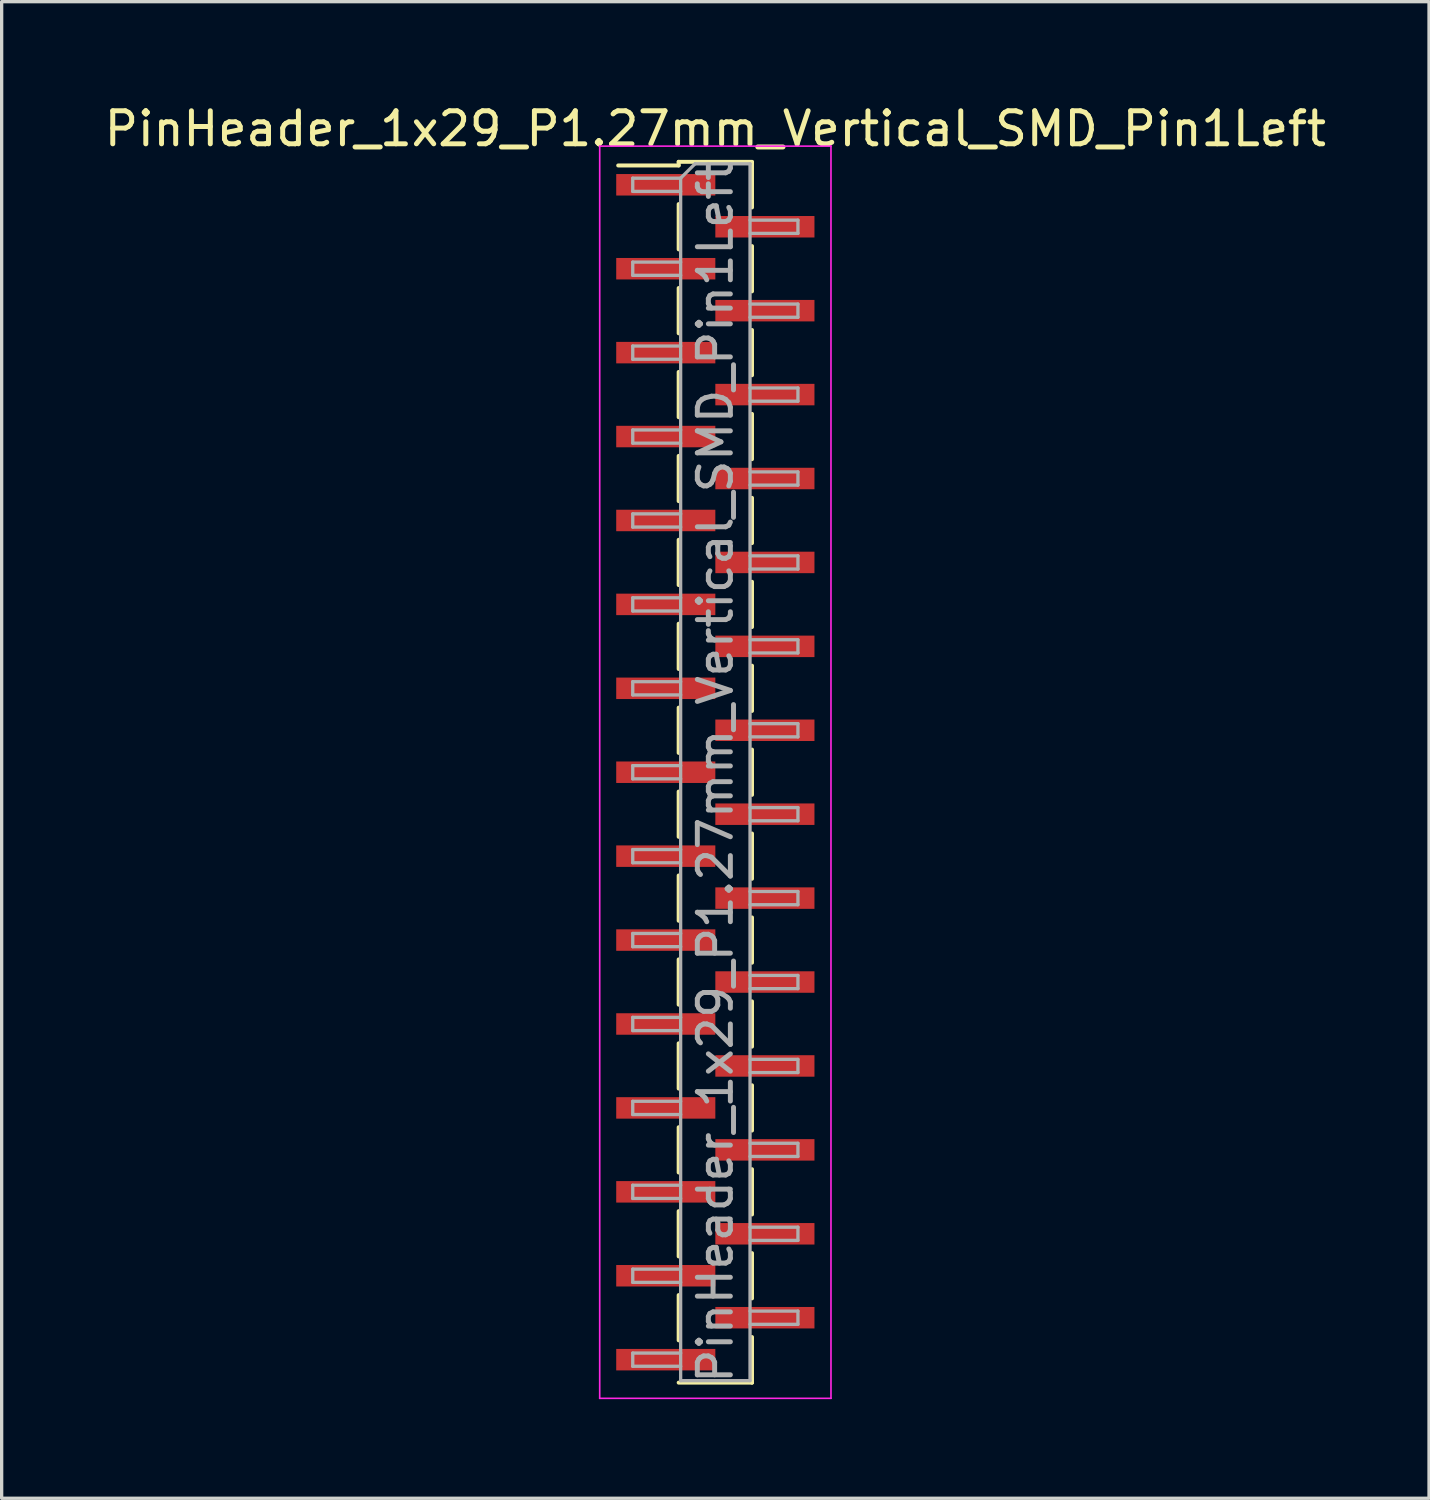
<source format=kicad_pcb>
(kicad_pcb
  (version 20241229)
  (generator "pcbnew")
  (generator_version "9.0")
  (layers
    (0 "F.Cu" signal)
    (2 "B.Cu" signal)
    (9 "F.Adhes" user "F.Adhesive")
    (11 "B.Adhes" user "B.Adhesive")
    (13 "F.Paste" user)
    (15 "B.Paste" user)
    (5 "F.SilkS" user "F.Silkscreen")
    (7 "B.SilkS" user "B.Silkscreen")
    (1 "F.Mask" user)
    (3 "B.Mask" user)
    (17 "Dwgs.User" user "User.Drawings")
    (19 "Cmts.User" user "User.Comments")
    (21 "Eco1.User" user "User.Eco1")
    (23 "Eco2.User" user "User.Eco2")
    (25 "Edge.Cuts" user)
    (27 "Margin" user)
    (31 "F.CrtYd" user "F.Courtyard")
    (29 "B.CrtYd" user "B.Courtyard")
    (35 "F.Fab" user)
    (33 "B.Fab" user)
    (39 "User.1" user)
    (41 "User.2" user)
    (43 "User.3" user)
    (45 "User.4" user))
  (footprint "PinHeader_1x29_P1.27mm_Vertical_SMD_Pin1Left"
    (layer "F.Cu")
    (at 18.601 20.323)
    (property "Reference" "PinHeader_1x29_P1.27mm_Vertical_SMD_Pin1Left" (at 0 -19.475 0) (layer "F.SilkS") (effects (font (size 1 1) (thickness 0.15))))
    (attr smd)
    (fp_line (start -1.11 -18.475) (end -1.11 -18.365) (stroke (width 0.12) (type solid)) (layer "F.SilkS"))
    (fp_line (start -1.11 -18.475) (end 1.11 -18.475) (stroke (width 0.12) (type solid)) (layer "F.SilkS"))
    (fp_line (start -1.11 -18.365) (end -2.94 -18.365) (stroke (width 0.12) (type solid)) (layer "F.SilkS"))
    (fp_line (start -1.11 -17.195) (end -1.11 -15.825) (stroke (width 0.12) (type solid)) (layer "F.SilkS"))
    (fp_line (start -1.11 -14.655) (end -1.11 -13.285) (stroke (width 0.12) (type solid)) (layer "F.SilkS"))
    (fp_line (start -1.11 -12.115) (end -1.11 -10.745) (stroke (width 0.12) (type solid)) (layer "F.SilkS"))
    (fp_line (start -1.11 -9.575) (end -1.11 -8.205) (stroke (width 0.12) (type solid)) (layer "F.SilkS"))
    (fp_line (start -1.11 -7.035) (end -1.11 -5.665) (stroke (width 0.12) (type solid)) (layer "F.SilkS"))
    (fp_line (start -1.11 -4.495) (end -1.11 -3.125) (stroke (width 0.12) (type solid)) (layer "F.SilkS"))
    (fp_line (start -1.11 -1.955) (end -1.11 -0.585) (stroke (width 0.12) (type solid)) (layer "F.SilkS"))
    (fp_line (start -1.11 0.585) (end -1.11 1.955) (stroke (width 0.12) (type solid)) (layer "F.SilkS"))
    (fp_line (start -1.11 3.125) (end -1.11 4.495) (stroke (width 0.12) (type solid)) (layer "F.SilkS"))
    (fp_line (start -1.11 5.665) (end -1.11 7.035) (stroke (width 0.12) (type solid)) (layer "F.SilkS"))
    (fp_line (start -1.11 8.205) (end -1.11 9.575) (stroke (width 0.12) (type solid)) (layer "F.SilkS"))
    (fp_line (start -1.11 10.745) (end -1.11 12.115) (stroke (width 0.12) (type solid)) (layer "F.SilkS"))
    (fp_line (start -1.11 13.285) (end -1.11 14.655) (stroke (width 0.12) (type solid)) (layer "F.SilkS"))
    (fp_line (start -1.11 15.825) (end -1.11 17.195) (stroke (width 0.12) (type solid)) (layer "F.SilkS"))
    (fp_line (start -1.11 18.475) (end 1.11 18.475) (stroke (width 0.12) (type solid)) (layer "F.SilkS"))
    (fp_line (start 1.11 -18.465) (end 1.11 -17.095) (stroke (width 0.12) (type solid)) (layer "F.SilkS"))
    (fp_line (start 1.11 -15.925) (end 1.11 -14.555) (stroke (width 0.12) (type solid)) (layer "F.SilkS"))
    (fp_line (start 1.11 -13.385) (end 1.11 -12.015) (stroke (width 0.12) (type solid)) (layer "F.SilkS"))
    (fp_line (start 1.11 -10.845) (end 1.11 -9.475) (stroke (width 0.12) (type solid)) (layer "F.SilkS"))
    (fp_line (start 1.11 -8.305) (end 1.11 -6.935) (stroke (width 0.12) (type solid)) (layer "F.SilkS"))
    (fp_line (start 1.11 -5.765) (end 1.11 -4.395) (stroke (width 0.12) (type solid)) (layer "F.SilkS"))
    (fp_line (start 1.11 -3.225) (end 1.11 -1.855) (stroke (width 0.12) (type solid)) (layer "F.SilkS"))
    (fp_line (start 1.11 -0.685) (end 1.11 0.685) (stroke (width 0.12) (type solid)) (layer "F.SilkS"))
    (fp_line (start 1.11 1.855) (end 1.11 3.225) (stroke (width 0.12) (type solid)) (layer "F.SilkS"))
    (fp_line (start 1.11 4.395) (end 1.11 5.765) (stroke (width 0.12) (type solid)) (layer "F.SilkS"))
    (fp_line (start 1.11 6.935) (end 1.11 8.305) (stroke (width 0.12) (type solid)) (layer "F.SilkS"))
    (fp_line (start 1.11 9.475) (end 1.11 10.845) (stroke (width 0.12) (type solid)) (layer "F.SilkS"))
    (fp_line (start 1.11 12.015) (end 1.11 13.385) (stroke (width 0.12) (type solid)) (layer "F.SilkS"))
    (fp_line (start 1.11 14.555) (end 1.11 15.925) (stroke (width 0.12) (type solid)) (layer "F.SilkS"))
    (fp_line (start 1.11 17.095) (end 1.11 18.465) (stroke (width 0.12) (type solid)) (layer "F.SilkS"))
    (fp_line (start 1.11 18.365) (end 1.11 18.475) (stroke (width 0.12) (type solid)) (layer "F.SilkS"))
    (fp_line (start -3.5 -18.95) (end -3.5 18.95) (stroke (width 0.05) (type solid)) (layer "F.CrtYd"))
    (fp_line (start -3.5 18.95) (end 3.5 18.95) (stroke (width 0.05) (type solid)) (layer "F.CrtYd"))
    (fp_line (start 3.5 -18.95) (end -3.5 -18.95) (stroke (width 0.05) (type solid)) (layer "F.CrtYd"))
    (fp_line (start 3.5 18.95) (end 3.5 -18.95) (stroke (width 0.05) (type solid)) (layer "F.CrtYd"))
    (fp_line (start -2.5 -17.98) (end -2.5 -17.58) (stroke (width 0.1) (type solid)) (layer "F.Fab"))
    (fp_line (start -2.5 -17.58) (end -1.05 -17.58) (stroke (width 0.1) (type solid)) (layer "F.Fab"))
    (fp_line (start -2.5 -15.44) (end -2.5 -15.04) (stroke (width 0.1) (type solid)) (layer "F.Fab"))
    (fp_line (start -2.5 -15.04) (end -1.05 -15.04) (stroke (width 0.1) (type solid)) (layer "F.Fab"))
    (fp_line (start -2.5 -12.9) (end -2.5 -12.5) (stroke (width 0.1) (type solid)) (layer "F.Fab"))
    (fp_line (start -2.5 -12.5) (end -1.05 -12.5) (stroke (width 0.1) (type solid)) (layer "F.Fab"))
    (fp_line (start -2.5 -10.36) (end -2.5 -9.96) (stroke (width 0.1) (type solid)) (layer "F.Fab"))
    (fp_line (start -2.5 -9.96) (end -1.05 -9.96) (stroke (width 0.1) (type solid)) (layer "F.Fab"))
    (fp_line (start -2.5 -7.82) (end -2.5 -7.42) (stroke (width 0.1) (type solid)) (layer "F.Fab"))
    (fp_line (start -2.5 -7.42) (end -1.05 -7.42) (stroke (width 0.1) (type solid)) (layer "F.Fab"))
    (fp_line (start -2.5 -5.28) (end -2.5 -4.88) (stroke (width 0.1) (type solid)) (layer "F.Fab"))
    (fp_line (start -2.5 -4.88) (end -1.05 -4.88) (stroke (width 0.1) (type solid)) (layer "F.Fab"))
    (fp_line (start -2.5 -2.74) (end -2.5 -2.34) (stroke (width 0.1) (type solid)) (layer "F.Fab"))
    (fp_line (start -2.5 -2.34) (end -1.05 -2.34) (stroke (width 0.1) (type solid)) (layer "F.Fab"))
    (fp_line (start -2.5 -0.2) (end -2.5 0.2) (stroke (width 0.1) (type solid)) (layer "F.Fab"))
    (fp_line (start -2.5 0.2) (end -1.05 0.2) (stroke (width 0.1) (type solid)) (layer "F.Fab"))
    (fp_line (start -2.5 2.34) (end -2.5 2.74) (stroke (width 0.1) (type solid)) (layer "F.Fab"))
    (fp_line (start -2.5 2.74) (end -1.05 2.74) (stroke (width 0.1) (type solid)) (layer "F.Fab"))
    (fp_line (start -2.5 4.88) (end -2.5 5.28) (stroke (width 0.1) (type solid)) (layer "F.Fab"))
    (fp_line (start -2.5 5.28) (end -1.05 5.28) (stroke (width 0.1) (type solid)) (layer "F.Fab"))
    (fp_line (start -2.5 7.42) (end -2.5 7.82) (stroke (width 0.1) (type solid)) (layer "F.Fab"))
    (fp_line (start -2.5 7.82) (end -1.05 7.82) (stroke (width 0.1) (type solid)) (layer "F.Fab"))
    (fp_line (start -2.5 9.96) (end -2.5 10.36) (stroke (width 0.1) (type solid)) (layer "F.Fab"))
    (fp_line (start -2.5 10.36) (end -1.05 10.36) (stroke (width 0.1) (type solid)) (layer "F.Fab"))
    (fp_line (start -2.5 12.5) (end -2.5 12.9) (stroke (width 0.1) (type solid)) (layer "F.Fab"))
    (fp_line (start -2.5 12.9) (end -1.05 12.9) (stroke (width 0.1) (type solid)) (layer "F.Fab"))
    (fp_line (start -2.5 15.04) (end -2.5 15.44) (stroke (width 0.1) (type solid)) (layer "F.Fab"))
    (fp_line (start -2.5 15.44) (end -1.05 15.44) (stroke (width 0.1) (type solid)) (layer "F.Fab"))
    (fp_line (start -2.5 17.58) (end -2.5 17.98) (stroke (width 0.1) (type solid)) (layer "F.Fab"))
    (fp_line (start -2.5 17.98) (end -1.05 17.98) (stroke (width 0.1) (type solid)) (layer "F.Fab"))
    (fp_line (start -1.05 -17.98) (end -2.5 -17.98) (stroke (width 0.1) (type solid)) (layer "F.Fab"))
    (fp_line (start -1.05 -17.98) (end -0.615 -18.415) (stroke (width 0.1) (type solid)) (layer "F.Fab"))
    (fp_line (start -1.05 -15.44) (end -2.5 -15.44) (stroke (width 0.1) (type solid)) (layer "F.Fab"))
    (fp_line (start -1.05 -12.9) (end -2.5 -12.9) (stroke (width 0.1) (type solid)) (layer "F.Fab"))
    (fp_line (start -1.05 -10.36) (end -2.5 -10.36) (stroke (width 0.1) (type solid)) (layer "F.Fab"))
    (fp_line (start -1.05 -7.82) (end -2.5 -7.82) (stroke (width 0.1) (type solid)) (layer "F.Fab"))
    (fp_line (start -1.05 -5.28) (end -2.5 -5.28) (stroke (width 0.1) (type solid)) (layer "F.Fab"))
    (fp_line (start -1.05 -2.74) (end -2.5 -2.74) (stroke (width 0.1) (type solid)) (layer "F.Fab"))
    (fp_line (start -1.05 -0.2) (end -2.5 -0.2) (stroke (width 0.1) (type solid)) (layer "F.Fab"))
    (fp_line (start -1.05 2.34) (end -2.5 2.34) (stroke (width 0.1) (type solid)) (layer "F.Fab"))
    (fp_line (start -1.05 4.88) (end -2.5 4.88) (stroke (width 0.1) (type solid)) (layer "F.Fab"))
    (fp_line (start -1.05 7.42) (end -2.5 7.42) (stroke (width 0.1) (type solid)) (layer "F.Fab"))
    (fp_line (start -1.05 9.96) (end -2.5 9.96) (stroke (width 0.1) (type solid)) (layer "F.Fab"))
    (fp_line (start -1.05 12.5) (end -2.5 12.5) (stroke (width 0.1) (type solid)) (layer "F.Fab"))
    (fp_line (start -1.05 15.04) (end -2.5 15.04) (stroke (width 0.1) (type solid)) (layer "F.Fab"))
    (fp_line (start -1.05 17.58) (end -2.5 17.58) (stroke (width 0.1) (type solid)) (layer "F.Fab"))
    (fp_line (start -1.05 18.415) (end -1.05 -17.98) (stroke (width 0.1) (type solid)) (layer "F.Fab"))
    (fp_line (start -0.615 -18.415) (end 1.05 -18.415) (stroke (width 0.1) (type solid)) (layer "F.Fab"))
    (fp_line (start 1.05 -18.415) (end 1.05 18.415) (stroke (width 0.1) (type solid)) (layer "F.Fab"))
    (fp_line (start 1.05 -16.71) (end 2.5 -16.71) (stroke (width 0.1) (type solid)) (layer "F.Fab"))
    (fp_line (start 1.05 -14.17) (end 2.5 -14.17) (stroke (width 0.1) (type solid)) (layer "F.Fab"))
    (fp_line (start 1.05 -11.63) (end 2.5 -11.63) (stroke (width 0.1) (type solid)) (layer "F.Fab"))
    (fp_line (start 1.05 -9.09) (end 2.5 -9.09) (stroke (width 0.1) (type solid)) (layer "F.Fab"))
    (fp_line (start 1.05 -6.55) (end 2.5 -6.55) (stroke (width 0.1) (type solid)) (layer "F.Fab"))
    (fp_line (start 1.05 -4.01) (end 2.5 -4.01) (stroke (width 0.1) (type solid)) (layer "F.Fab"))
    (fp_line (start 1.05 -1.47) (end 2.5 -1.47) (stroke (width 0.1) (type solid)) (layer "F.Fab"))
    (fp_line (start 1.05 1.07) (end 2.5 1.07) (stroke (width 0.1) (type solid)) (layer "F.Fab"))
    (fp_line (start 1.05 3.61) (end 2.5 3.61) (stroke (width 0.1) (type solid)) (layer "F.Fab"))
    (fp_line (start 1.05 6.15) (end 2.5 6.15) (stroke (width 0.1) (type solid)) (layer "F.Fab"))
    (fp_line (start 1.05 8.69) (end 2.5 8.69) (stroke (width 0.1) (type solid)) (layer "F.Fab"))
    (fp_line (start 1.05 11.23) (end 2.5 11.23) (stroke (width 0.1) (type solid)) (layer "F.Fab"))
    (fp_line (start 1.05 13.77) (end 2.5 13.77) (stroke (width 0.1) (type solid)) (layer "F.Fab"))
    (fp_line (start 1.05 16.31) (end 2.5 16.31) (stroke (width 0.1) (type solid)) (layer "F.Fab"))
    (fp_line (start 1.05 18.415) (end -1.05 18.415) (stroke (width 0.1) (type solid)) (layer "F.Fab"))
    (fp_line (start 2.5 -16.71) (end 2.5 -16.31) (stroke (width 0.1) (type solid)) (layer "F.Fab"))
    (fp_line (start 2.5 -16.31) (end 1.05 -16.31) (stroke (width 0.1) (type solid)) (layer "F.Fab"))
    (fp_line (start 2.5 -14.17) (end 2.5 -13.77) (stroke (width 0.1) (type solid)) (layer "F.Fab"))
    (fp_line (start 2.5 -13.77) (end 1.05 -13.77) (stroke (width 0.1) (type solid)) (layer "F.Fab"))
    (fp_line (start 2.5 -11.63) (end 2.5 -11.23) (stroke (width 0.1) (type solid)) (layer "F.Fab"))
    (fp_line (start 2.5 -11.23) (end 1.05 -11.23) (stroke (width 0.1) (type solid)) (layer "F.Fab"))
    (fp_line (start 2.5 -9.09) (end 2.5 -8.69) (stroke (width 0.1) (type solid)) (layer "F.Fab"))
    (fp_line (start 2.5 -8.69) (end 1.05 -8.69) (stroke (width 0.1) (type solid)) (layer "F.Fab"))
    (fp_line (start 2.5 -6.55) (end 2.5 -6.15) (stroke (width 0.1) (type solid)) (layer "F.Fab"))
    (fp_line (start 2.5 -6.15) (end 1.05 -6.15) (stroke (width 0.1) (type solid)) (layer "F.Fab"))
    (fp_line (start 2.5 -4.01) (end 2.5 -3.61) (stroke (width 0.1) (type solid)) (layer "F.Fab"))
    (fp_line (start 2.5 -3.61) (end 1.05 -3.61) (stroke (width 0.1) (type solid)) (layer "F.Fab"))
    (fp_line (start 2.5 -1.47) (end 2.5 -1.07) (stroke (width 0.1) (type solid)) (layer "F.Fab"))
    (fp_line (start 2.5 -1.07) (end 1.05 -1.07) (stroke (width 0.1) (type solid)) (layer "F.Fab"))
    (fp_line (start 2.5 1.07) (end 2.5 1.47) (stroke (width 0.1) (type solid)) (layer "F.Fab"))
    (fp_line (start 2.5 1.47) (end 1.05 1.47) (stroke (width 0.1) (type solid)) (layer "F.Fab"))
    (fp_line (start 2.5 3.61) (end 2.5 4.01) (stroke (width 0.1) (type solid)) (layer "F.Fab"))
    (fp_line (start 2.5 4.01) (end 1.05 4.01) (stroke (width 0.1) (type solid)) (layer "F.Fab"))
    (fp_line (start 2.5 6.15) (end 2.5 6.55) (stroke (width 0.1) (type solid)) (layer "F.Fab"))
    (fp_line (start 2.5 6.55) (end 1.05 6.55) (stroke (width 0.1) (type solid)) (layer "F.Fab"))
    (fp_line (start 2.5 8.69) (end 2.5 9.09) (stroke (width 0.1) (type solid)) (layer "F.Fab"))
    (fp_line (start 2.5 9.09) (end 1.05 9.09) (stroke (width 0.1) (type solid)) (layer "F.Fab"))
    (fp_line (start 2.5 11.23) (end 2.5 11.63) (stroke (width 0.1) (type solid)) (layer "F.Fab"))
    (fp_line (start 2.5 11.63) (end 1.05 11.63) (stroke (width 0.1) (type solid)) (layer "F.Fab"))
    (fp_line (start 2.5 13.77) (end 2.5 14.17) (stroke (width 0.1) (type solid)) (layer "F.Fab"))
    (fp_line (start 2.5 14.17) (end 1.05 14.17) (stroke (width 0.1) (type solid)) (layer "F.Fab"))
    (fp_line (start 2.5 16.31) (end 2.5 16.71) (stroke (width 0.1) (type solid)) (layer "F.Fab"))
    (fp_line (start 2.5 16.71) (end 1.05 16.71) (stroke (width 0.1) (type solid)) (layer "F.Fab"))
    (fp_text user "${REFERENCE}" (at 0 0 90) (layer "F.Fab") (effects (font (size 1 1) (thickness 0.15))))
    (pad "1" smd rect (at -1.5 -17.78) (size 3 0.65) (layers "F.Cu" "F.Mask" "F.Paste"))
    (pad "2" smd rect (at 1.5 -16.51) (size 3 0.65) (layers "F.Cu" "F.Mask" "F.Paste"))
    (pad "3" smd rect (at -1.5 -15.24) (size 3 0.65) (layers "F.Cu" "F.Mask" "F.Paste"))
    (pad "4" smd rect (at 1.5 -13.97) (size 3 0.65) (layers "F.Cu" "F.Mask" "F.Paste"))
    (pad "5" smd rect (at -1.5 -12.7) (size 3 0.65) (layers "F.Cu" "F.Mask" "F.Paste"))
    (pad "6" smd rect (at 1.5 -11.43) (size 3 0.65) (layers "F.Cu" "F.Mask" "F.Paste"))
    (pad "7" smd rect (at -1.5 -10.16) (size 3 0.65) (layers "F.Cu" "F.Mask" "F.Paste"))
    (pad "8" smd rect (at 1.5 -8.89) (size 3 0.65) (layers "F.Cu" "F.Mask" "F.Paste"))
    (pad "9" smd rect (at -1.5 -7.62) (size 3 0.65) (layers "F.Cu" "F.Mask" "F.Paste"))
    (pad "10" smd rect (at 1.5 -6.35) (size 3 0.65) (layers "F.Cu" "F.Mask" "F.Paste"))
    (pad "11" smd rect (at -1.5 -5.08) (size 3 0.65) (layers "F.Cu" "F.Mask" "F.Paste"))
    (pad "12" smd rect (at 1.5 -3.81) (size 3 0.65) (layers "F.Cu" "F.Mask" "F.Paste"))
    (pad "13" smd rect (at -1.5 -2.54) (size 3 0.65) (layers "F.Cu" "F.Mask" "F.Paste"))
    (pad "14" smd rect (at 1.5 -1.27) (size 3 0.65) (layers "F.Cu" "F.Mask" "F.Paste"))
    (pad "15" smd rect (at -1.5 0) (size 3 0.65) (layers "F.Cu" "F.Mask" "F.Paste"))
    (pad "16" smd rect (at 1.5 1.27) (size 3 0.65) (layers "F.Cu" "F.Mask" "F.Paste"))
    (pad "17" smd rect (at -1.5 2.54) (size 3 0.65) (layers "F.Cu" "F.Mask" "F.Paste"))
    (pad "18" smd rect (at 1.5 3.81) (size 3 0.65) (layers "F.Cu" "F.Mask" "F.Paste"))
    (pad "19" smd rect (at -1.5 5.08) (size 3 0.65) (layers "F.Cu" "F.Mask" "F.Paste"))
    (pad "20" smd rect (at 1.5 6.35) (size 3 0.65) (layers "F.Cu" "F.Mask" "F.Paste"))
    (pad "21" smd rect (at -1.5 7.62) (size 3 0.65) (layers "F.Cu" "F.Mask" "F.Paste"))
    (pad "22" smd rect (at 1.5 8.89) (size 3 0.65) (layers "F.Cu" "F.Mask" "F.Paste"))
    (pad "23" smd rect (at -1.5 10.16) (size 3 0.65) (layers "F.Cu" "F.Mask" "F.Paste"))
    (pad "24" smd rect (at 1.5 11.43) (size 3 0.65) (layers "F.Cu" "F.Mask" "F.Paste"))
    (pad "25" smd rect (at -1.5 12.7) (size 3 0.65) (layers "F.Cu" "F.Mask" "F.Paste"))
    (pad "26" smd rect (at 1.5 13.97) (size 3 0.65) (layers "F.Cu" "F.Mask" "F.Paste"))
    (pad "27" smd rect (at -1.5 15.24) (size 3 0.65) (layers "F.Cu" "F.Mask" "F.Paste"))
    (pad "28" smd rect (at 1.5 16.51) (size 3 0.65) (layers "F.Cu" "F.Mask" "F.Paste"))
    (pad "29" smd rect (at -1.5 17.78) (size 3 0.65) (layers "F.Cu" "F.Mask" "F.Paste")))
  (gr_rect
    (start -3 -3)
    (end 40.202 42.298)
    (stroke (width 0.1) (type default))
    (fill no)
    (layer "Edge.Cuts")))
</source>
